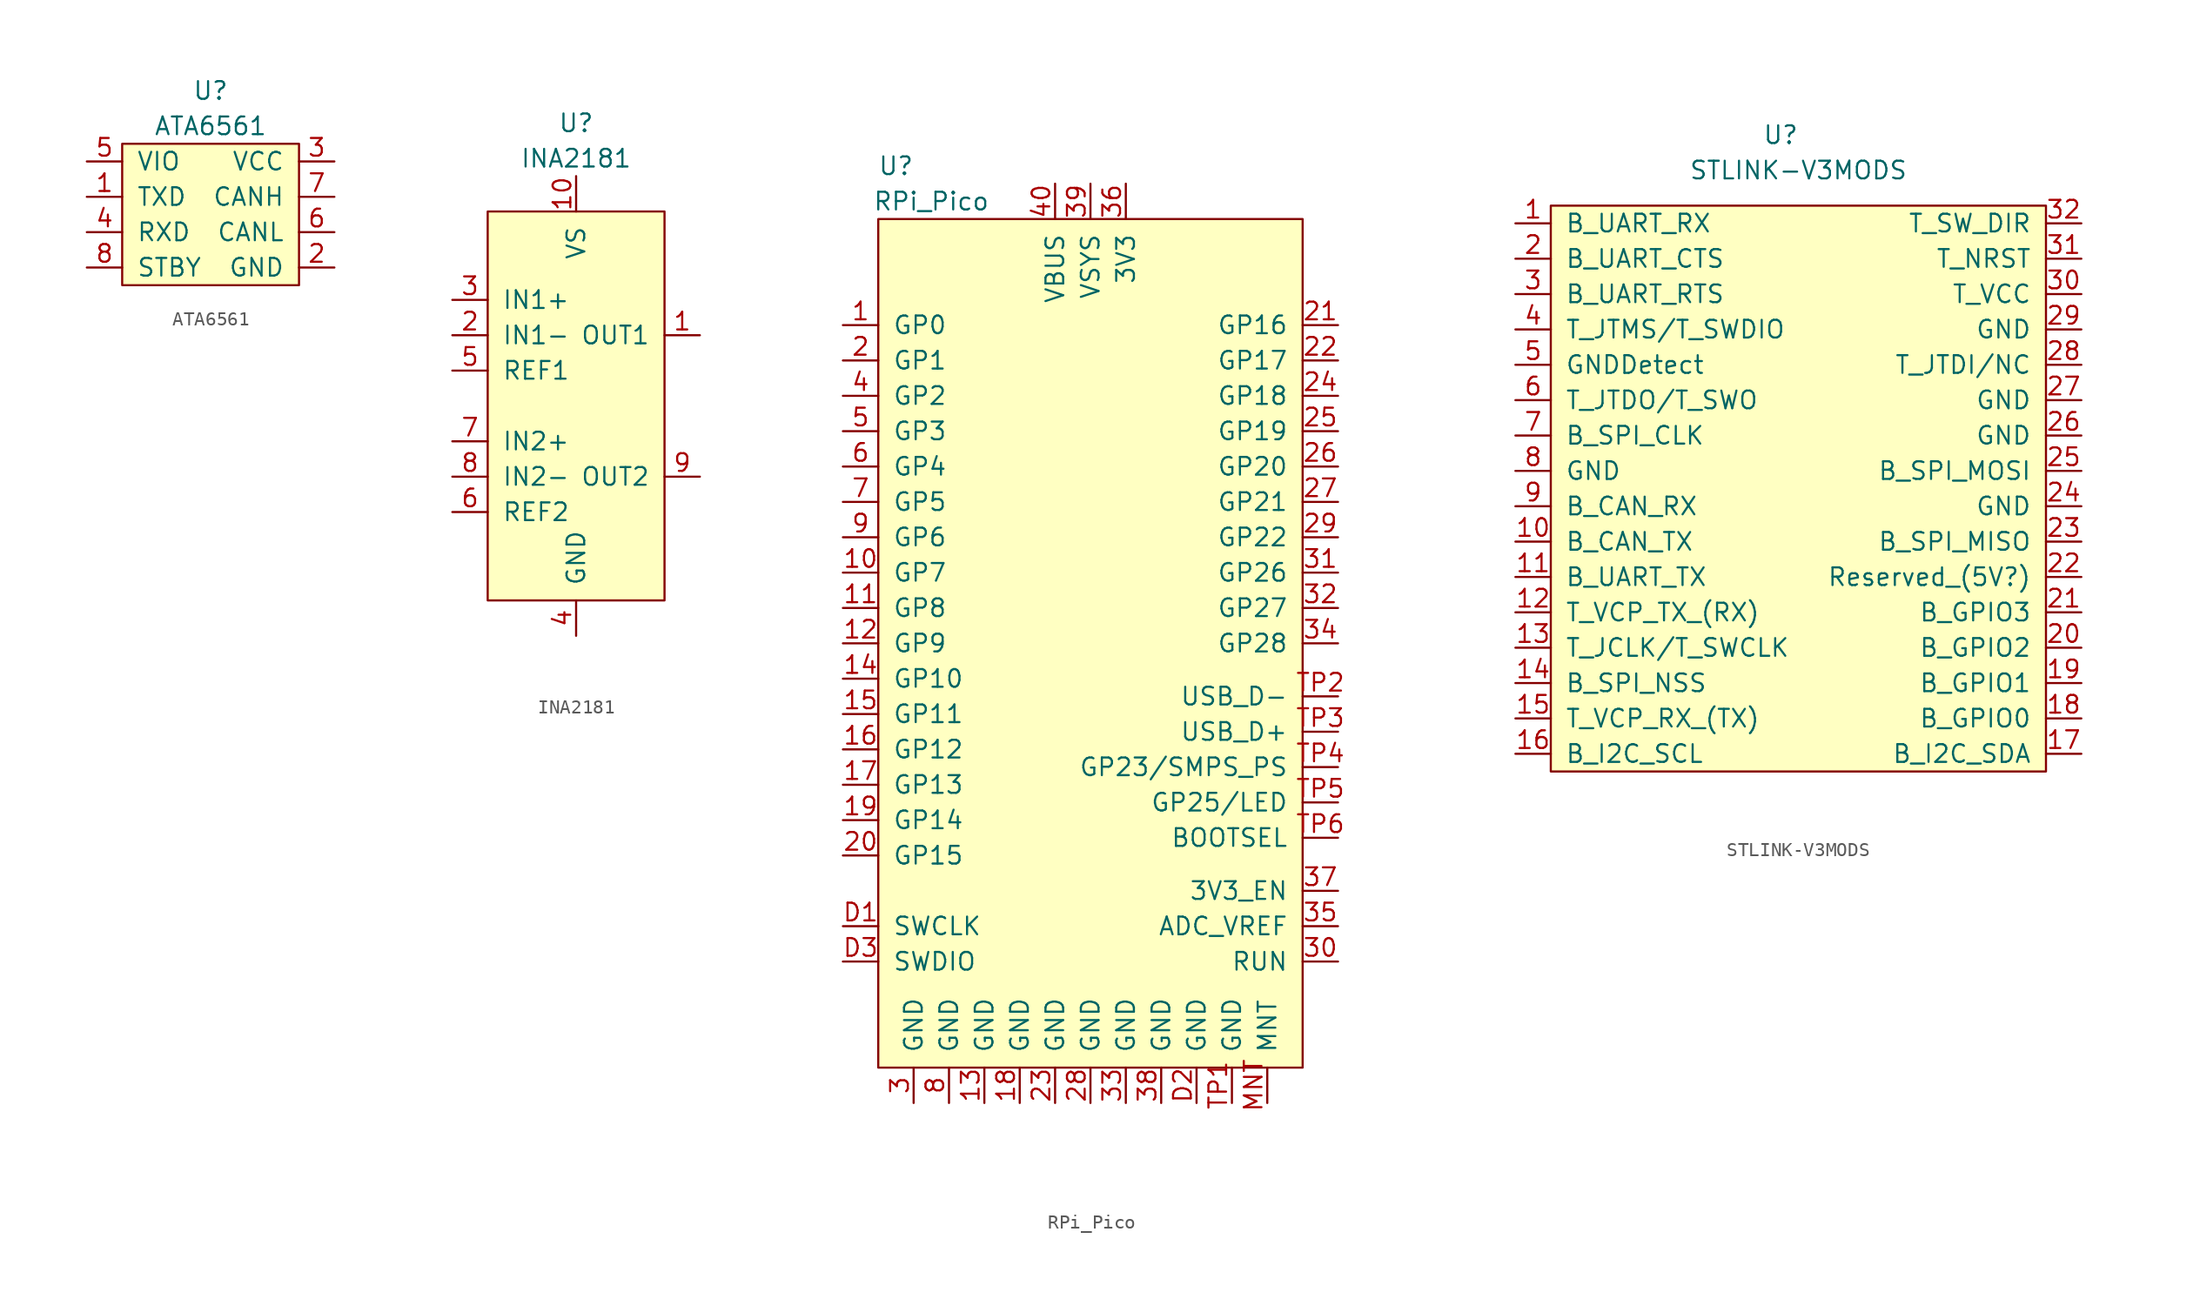
<source format=kicad_sym>
(kicad_symbol_lib
  (version 20211014)
  (generator kicad_symbol_editor)
  (symbol "ATA6561"
    (pin_names
      (offset 1.016))
    (property "Reference" "U"
      (at 0 8.89 0)
      (effects (font (size 1.27 1.27))))
    (property "Value" "ATA6561"
      (at 0 6.35 0)
      (effects (font (size 1.27 1.27))))
    (symbol "ATA6561_0_1"
      (rectangle (start -6.35 5.08) (end 6.35 -5.08) (stroke (width 0) (type default) (color 0 0 0 0)) (fill (type background))))
    (symbol "ATA6561_1_1"
      (pin bidirectional line (at -8.89 1.27 0) (length 2.54) (name "TXD" (effects (font (size 1.27 1.27)))) (number "1" (effects (font (size 1.27 1.27)))))
      (pin power_in line (at 8.89 -3.81 180) (length 2.54) (name "GND" (effects (font (size 1.27 1.27)))) (number "2" (effects (font (size 1.27 1.27)))))
      (pin power_in line (at 8.89 3.81 180) (length 2.54) (name "VCC" (effects (font (size 1.27 1.27)))) (number "3" (effects (font (size 1.27 1.27)))))
      (pin bidirectional line (at -8.89 -1.27 0) (length 2.54) (name "RXD" (effects (font (size 1.27 1.27)))) (number "4" (effects (font (size 1.27 1.27)))))
      (pin power_in line (at -8.89 3.81 0) (length 2.54) (name "VIO" (effects (font (size 1.27 1.27)))) (number "5" (effects (font (size 1.27 1.27)))))
      (pin bidirectional line (at 8.89 -1.27 180) (length 2.54) (name "CANL" (effects (font (size 1.27 1.27)))) (number "6" (effects (font (size 1.27 1.27)))))
      (pin bidirectional line (at 8.89 1.27 180) (length 2.54) (name "CANH" (effects (font (size 1.27 1.27)))) (number "7" (effects (font (size 1.27 1.27)))))
      (pin input line (at -8.89 -3.81 0) (length 2.54) (name "STBY" (effects (font (size 1.27 1.27)))) (number "8" (effects (font (size 1.27 1.27)))))))
  (symbol "INA2181"
    (pin_names
      (offset 1.016))
    (property "Reference" "U"
      (at 0 20.32 0)
      (effects (font (size 1.27 1.27))))
    (property "Value" "INA2181"
      (at 0 17.78 0)
      (effects (font (size 1.27 1.27))))
    (symbol "INA2181_0_1"
      (rectangle (start -6.35 13.97) (end 6.35 -13.97) (stroke (width 0) (type default) (color 0 0 0 0)) (fill (type background))))
    (symbol "INA2181_1_1"
      (pin output line (at 8.89 5.08 180) (length 2.54) (name "OUT1" (effects (font (size 1.27 1.27)))) (number "1" (effects (font (size 1.27 1.27)))))
      (pin power_in line (at 0 16.51 270) (length 2.54) (name "VS" (effects (font (size 1.27 1.27)))) (number "10" (effects (font (size 1.27 1.27)))))
      (pin input line (at -8.89 5.08 0) (length 2.54) (name "IN1-" (effects (font (size 1.27 1.27)))) (number "2" (effects (font (size 1.27 1.27)))))
      (pin input line (at -8.89 7.62 0) (length 2.54) (name "IN1+" (effects (font (size 1.27 1.27)))) (number "3" (effects (font (size 1.27 1.27)))))
      (pin power_in line (at 0 -16.51 90) (length 2.54) (name "GND" (effects (font (size 1.27 1.27)))) (number "4" (effects (font (size 1.27 1.27)))))
      (pin input line (at -8.89 2.54 0) (length 2.54) (name "REF1" (effects (font (size 1.27 1.27)))) (number "5" (effects (font (size 1.27 1.27)))))
      (pin input line (at -8.89 -7.62 0) (length 2.54) (name "REF2" (effects (font (size 1.27 1.27)))) (number "6" (effects (font (size 1.27 1.27)))))
      (pin input line (at -8.89 -2.54 0) (length 2.54) (name "IN2+" (effects (font (size 1.27 1.27)))) (number "7" (effects (font (size 1.27 1.27)))))
      (pin input line (at -8.89 -5.08 0) (length 2.54) (name "IN2-" (effects (font (size 1.27 1.27)))) (number "8" (effects (font (size 1.27 1.27)))))
      (pin output line (at 8.89 -5.08 180) (length 2.54) (name "OUT2" (effects (font (size 1.27 1.27)))) (number "9" (effects (font (size 1.27 1.27)))))))
  (symbol "RPi_Pico"
    (pin_names
      (offset 1.016))
    (property "Reference" "U"
      (at -13.97 34.29 0)
      (effects (font (size 1.27 1.27))))
    (property "Value" "RPi_Pico"
      (at -11.43 31.75 0)
      (effects (font (size 1.27 1.27))))
    (symbol "RPi_Pico_0_1"
      (rectangle (start -15.24 -30.48) (end 15.24 30.48) (stroke (width 0) (type default) (color 0 0 0 0)) (fill (type background))))
    (symbol "RPi_Pico_1_1"
      (pin bidirectional line (at -17.78 22.86 0) (length 2.54) (name "GP0" (effects (font (size 1.27 1.27)))) (number "1" (effects (font (size 1.27 1.27)))))
      (pin bidirectional line (at -17.78 5.08 0) (length 2.54) (name "GP7" (effects (font (size 1.27 1.27)))) (number "10" (effects (font (size 1.27 1.27)))))
      (pin bidirectional line (at -17.78 2.54 0) (length 2.54) (name "GP8" (effects (font (size 1.27 1.27)))) (number "11" (effects (font (size 1.27 1.27)))))
      (pin bidirectional line (at -17.78 0 0) (length 2.54) (name "GP9" (effects (font (size 1.27 1.27)))) (number "12" (effects (font (size 1.27 1.27)))))
      (pin power_in line (at -7.62 -33.02 90) (length 2.54) (name "GND" (effects (font (size 1.27 1.27)))) (number "13" (effects (font (size 1.27 1.27)))))
      (pin bidirectional line (at -17.78 -2.54 0) (length 2.54) (name "GP10" (effects (font (size 1.27 1.27)))) (number "14" (effects (font (size 1.27 1.27)))))
      (pin bidirectional line (at -17.78 -5.08 0) (length 2.54) (name "GP11" (effects (font (size 1.27 1.27)))) (number "15" (effects (font (size 1.27 1.27)))))
      (pin bidirectional line (at -17.78 -7.62 0) (length 2.54) (name "GP12" (effects (font (size 1.27 1.27)))) (number "16" (effects (font (size 1.27 1.27)))))
      (pin bidirectional line (at -17.78 -10.16 0) (length 2.54) (name "GP13" (effects (font (size 1.27 1.27)))) (number "17" (effects (font (size 1.27 1.27)))))
      (pin power_in line (at -5.08 -33.02 90) (length 2.54) (name "GND" (effects (font (size 1.27 1.27)))) (number "18" (effects (font (size 1.27 1.27)))))
      (pin bidirectional line (at -17.78 -12.7 0) (length 2.54) (name "GP14" (effects (font (size 1.27 1.27)))) (number "19" (effects (font (size 1.27 1.27)))))
      (pin bidirectional line (at -17.78 20.32 0) (length 2.54) (name "GP1" (effects (font (size 1.27 1.27)))) (number "2" (effects (font (size 1.27 1.27)))))
      (pin bidirectional line (at -17.78 -15.24 0) (length 2.54) (name "GP15" (effects (font (size 1.27 1.27)))) (number "20" (effects (font (size 1.27 1.27)))))
      (pin bidirectional line (at 17.78 22.86 180) (length 2.54) (name "GP16" (effects (font (size 1.27 1.27)))) (number "21" (effects (font (size 1.27 1.27)))))
      (pin bidirectional line (at 17.78 20.32 180) (length 2.54) (name "GP17" (effects (font (size 1.27 1.27)))) (number "22" (effects (font (size 1.27 1.27)))))
      (pin power_in line (at -2.54 -33.02 90) (length 2.54) (name "GND" (effects (font (size 1.27 1.27)))) (number "23" (effects (font (size 1.27 1.27)))))
      (pin bidirectional line (at 17.78 17.78 180) (length 2.54) (name "GP18" (effects (font (size 1.27 1.27)))) (number "24" (effects (font (size 1.27 1.27)))))
      (pin bidirectional line (at 17.78 15.24 180) (length 2.54) (name "GP19" (effects (font (size 1.27 1.27)))) (number "25" (effects (font (size 1.27 1.27)))))
      (pin bidirectional line (at 17.78 12.7 180) (length 2.54) (name "GP20" (effects (font (size 1.27 1.27)))) (number "26" (effects (font (size 1.27 1.27)))))
      (pin bidirectional line (at 17.78 10.16 180) (length 2.54) (name "GP21" (effects (font (size 1.27 1.27)))) (number "27" (effects (font (size 1.27 1.27)))))
      (pin power_in line (at 0 -33.02 90) (length 2.54) (name "GND" (effects (font (size 1.27 1.27)))) (number "28" (effects (font (size 1.27 1.27)))))
      (pin bidirectional line (at 17.78 7.62 180) (length 2.54) (name "GP22" (effects (font (size 1.27 1.27)))) (number "29" (effects (font (size 1.27 1.27)))))
      (pin power_in line (at -12.7 -33.02 90) (length 2.54) (name "GND" (effects (font (size 1.27 1.27)))) (number "3" (effects (font (size 1.27 1.27)))))
      (pin input line (at 17.78 -22.86 180) (length 2.54) (name "RUN" (effects (font (size 1.27 1.27)))) (number "30" (effects (font (size 1.27 1.27)))))
      (pin bidirectional line (at 17.78 5.08 180) (length 2.54) (name "GP26" (effects (font (size 1.27 1.27)))) (number "31" (effects (font (size 1.27 1.27)))))
      (pin bidirectional line (at 17.78 2.54 180) (length 2.54) (name "GP27" (effects (font (size 1.27 1.27)))) (number "32" (effects (font (size 1.27 1.27)))))
      (pin power_in line (at 2.54 -33.02 90) (length 2.54) (name "GND" (effects (font (size 1.27 1.27)))) (number "33" (effects (font (size 1.27 1.27)))))
      (pin bidirectional line (at 17.78 0 180) (length 2.54) (name "GP28" (effects (font (size 1.27 1.27)))) (number "34" (effects (font (size 1.27 1.27)))))
      (pin input line (at 17.78 -20.32 180) (length 2.54) (name "ADC_VREF" (effects (font (size 1.27 1.27)))) (number "35" (effects (font (size 1.27 1.27)))))
      (pin power_out line (at 2.54 33.02 270) (length 2.54) (name "3V3" (effects (font (size 1.27 1.27)))) (number "36" (effects (font (size 1.27 1.27)))))
      (pin input line (at 17.78 -17.78 180) (length 2.54) (name "3V3_EN" (effects (font (size 1.27 1.27)))) (number "37" (effects (font (size 1.27 1.27)))))
      (pin power_in line (at 5.08 -33.02 90) (length 2.54) (name "GND" (effects (font (size 1.27 1.27)))) (number "38" (effects (font (size 1.27 1.27)))))
      (pin power_in line (at 0 33.02 270) (length 2.54) (name "VSYS" (effects (font (size 1.27 1.27)))) (number "39" (effects (font (size 1.27 1.27)))))
      (pin bidirectional line (at -17.78 17.78 0) (length 2.54) (name "GP2" (effects (font (size 1.27 1.27)))) (number "4" (effects (font (size 1.27 1.27)))))
      (pin power_in line (at -2.54 33.02 270) (length 2.54) (name "VBUS" (effects (font (size 1.27 1.27)))) (number "40" (effects (font (size 1.27 1.27)))))
      (pin bidirectional line (at -17.78 15.24 0) (length 2.54) (name "GP3" (effects (font (size 1.27 1.27)))) (number "5" (effects (font (size 1.27 1.27)))))
      (pin bidirectional line (at -17.78 12.7 0) (length 2.54) (name "GP4" (effects (font (size 1.27 1.27)))) (number "6" (effects (font (size 1.27 1.27)))))
      (pin bidirectional line (at -17.78 10.16 0) (length 2.54) (name "GP5" (effects (font (size 1.27 1.27)))) (number "7" (effects (font (size 1.27 1.27)))))
      (pin power_in line (at -10.16 -33.02 90) (length 2.54) (name "GND" (effects (font (size 1.27 1.27)))) (number "8" (effects (font (size 1.27 1.27)))))
      (pin bidirectional line (at -17.78 7.62 0) (length 2.54) (name "GP6" (effects (font (size 1.27 1.27)))) (number "9" (effects (font (size 1.27 1.27)))))
      (pin input line (at -17.78 -20.32 0) (length 2.54) (name "SWCLK" (effects (font (size 1.27 1.27)))) (number "D1" (effects (font (size 1.27 1.27)))))
      (pin power_in line (at 7.62 -33.02 90) (length 2.54) (name "GND" (effects (font (size 1.27 1.27)))) (number "D2" (effects (font (size 1.27 1.27)))))
      (pin bidirectional line (at -17.78 -22.86 0) (length 2.54) (name "SWDIO" (effects (font (size 1.27 1.27)))) (number "D3" (effects (font (size 1.27 1.27)))))
      (pin input line (at 12.7 -33.02 90) (length 2.54) (name "MNT" (effects (font (size 1.27 1.27)))) (number "MNT" (effects (font (size 1.27 1.27)))))
      (pin power_in line (at 10.16 -33.02 90) (length 2.54) (name "GND" (effects (font (size 1.27 1.27)))) (number "TP1" (effects (font (size 1.27 1.27)))))
      (pin bidirectional line (at 17.78 -3.81 180) (length 2.54) (name "USB_D-" (effects (font (size 1.27 1.27)))) (number "TP2" (effects (font (size 1.27 1.27)))))
      (pin bidirectional line (at 17.78 -6.35 180) (length 2.54) (name "USB_D+" (effects (font (size 1.27 1.27)))) (number "TP3" (effects (font (size 1.27 1.27)))))
      (pin bidirectional line (at 17.78 -8.89 180) (length 2.54) (name "GP23/SMPS_PS" (effects (font (size 1.27 1.27)))) (number "TP4" (effects (font (size 1.27 1.27)))))
      (pin bidirectional line (at 17.78 -11.43 180) (length 2.54) (name "GP25/LED" (effects (font (size 1.27 1.27)))) (number "TP5" (effects (font (size 1.27 1.27)))))
      (pin input line (at 17.78 -13.97 180) (length 2.54) (name "BOOTSEL" (effects (font (size 1.27 1.27)))) (number "TP6" (effects (font (size 1.27 1.27)))))))
  (symbol "STLINK-V3MODS"
    (pin_names
      (offset 1.016))
    (property "Reference" "U"
      (at -1.27 25.4 0)
      (effects (font (size 1.27 1.27))))
    (property "Value" "STLINK-V3MODS"
      (at 0 22.86 0)
      (effects (font (size 1.27 1.27))))
    (symbol "STLINK-V3MODS_0_1"
      (rectangle (start -17.78 20.32) (end 17.78 -20.32) (stroke (width 0) (type default) (color 0 0 0 0)) (fill (type background))))
    (symbol "STLINK-V3MODS_1_1"
      (pin input line (at -20.32 19.05 0) (length 2.54) (name "B_UART_RX" (effects (font (size 1.27 1.27)))) (number "1" (effects (font (size 1.27 1.27)))))
      (pin output line (at -20.32 -3.81 0) (length 2.54) (name "B_CAN_TX" (effects (font (size 1.27 1.27)))) (number "10" (effects (font (size 1.27 1.27)))))
      (pin output line (at -20.32 -6.35 0) (length 2.54) (name "B_UART_TX" (effects (font (size 1.27 1.27)))) (number "11" (effects (font (size 1.27 1.27)))))
      (pin input line (at -20.32 -8.89 0) (length 2.54) (name "T_VCP_TX_(RX)" (effects (font (size 1.27 1.27)))) (number "12" (effects (font (size 1.27 1.27)))))
      (pin output line (at -20.32 -11.43 0) (length 2.54) (name "T_JCLK/T_SWCLK" (effects (font (size 1.27 1.27)))) (number "13" (effects (font (size 1.27 1.27)))))
      (pin bidirectional line (at -20.32 -13.97 0) (length 2.54) (name "B_SPI_NSS" (effects (font (size 1.27 1.27)))) (number "14" (effects (font (size 1.27 1.27)))))
      (pin output line (at -20.32 -16.51 0) (length 2.54) (name "T_VCP_RX_(TX)" (effects (font (size 1.27 1.27)))) (number "15" (effects (font (size 1.27 1.27)))))
      (pin output line (at -20.32 -19.05 0) (length 2.54) (name "B_I2C_SCL" (effects (font (size 1.27 1.27)))) (number "16" (effects (font (size 1.27 1.27)))))
      (pin bidirectional line (at 20.32 -19.05 180) (length 2.54) (name "B_I2C_SDA" (effects (font (size 1.27 1.27)))) (number "17" (effects (font (size 1.27 1.27)))))
      (pin bidirectional line (at 20.32 -16.51 180) (length 2.54) (name "B_GPIO0" (effects (font (size 1.27 1.27)))) (number "18" (effects (font (size 1.27 1.27)))))
      (pin bidirectional line (at 20.32 -13.97 180) (length 2.54) (name "B_GPIO1" (effects (font (size 1.27 1.27)))) (number "19" (effects (font (size 1.27 1.27)))))
      (pin input line (at -20.32 16.51 0) (length 2.54) (name "B_UART_CTS" (effects (font (size 1.27 1.27)))) (number "2" (effects (font (size 1.27 1.27)))))
      (pin bidirectional line (at 20.32 -11.43 180) (length 2.54) (name "B_GPIO2" (effects (font (size 1.27 1.27)))) (number "20" (effects (font (size 1.27 1.27)))))
      (pin bidirectional line (at 20.32 -8.89 180) (length 2.54) (name "B_GPIO3" (effects (font (size 1.27 1.27)))) (number "21" (effects (font (size 1.27 1.27)))))
      (pin passive line (at 20.32 -6.35 180) (length 2.54) (name "Reserved_(5V?)" (effects (font (size 1.27 1.27)))) (number "22" (effects (font (size 1.27 1.27)))))
      (pin bidirectional line (at 20.32 -3.81 180) (length 2.54) (name "B_SPI_MISO" (effects (font (size 1.27 1.27)))) (number "23" (effects (font (size 1.27 1.27)))))
      (pin power_in line (at 20.32 -1.27 180) (length 2.54) (name "GND" (effects (font (size 1.27 1.27)))) (number "24" (effects (font (size 1.27 1.27)))))
      (pin bidirectional line (at 20.32 1.27 180) (length 2.54) (name "B_SPI_MOSI" (effects (font (size 1.27 1.27)))) (number "25" (effects (font (size 1.27 1.27)))))
      (pin power_in line (at 20.32 3.81 180) (length 2.54) (name "GND" (effects (font (size 1.27 1.27)))) (number "26" (effects (font (size 1.27 1.27)))))
      (pin power_in line (at 20.32 6.35 180) (length 2.54) (name "GND" (effects (font (size 1.27 1.27)))) (number "27" (effects (font (size 1.27 1.27)))))
      (pin output line (at 20.32 8.89 180) (length 2.54) (name "T_JTDI/NC" (effects (font (size 1.27 1.27)))) (number "28" (effects (font (size 1.27 1.27)))))
      (pin power_in line (at 20.32 11.43 180) (length 2.54) (name "GND" (effects (font (size 1.27 1.27)))) (number "29" (effects (font (size 1.27 1.27)))))
      (pin output line (at -20.32 13.97 0) (length 2.54) (name "B_UART_RTS" (effects (font (size 1.27 1.27)))) (number "3" (effects (font (size 1.27 1.27)))))
      (pin input line (at 20.32 13.97 180) (length 2.54) (name "T_VCC" (effects (font (size 1.27 1.27)))) (number "30" (effects (font (size 1.27 1.27)))))
      (pin output line (at 20.32 16.51 180) (length 2.54) (name "T_NRST" (effects (font (size 1.27 1.27)))) (number "31" (effects (font (size 1.27 1.27)))))
      (pin output line (at 20.32 19.05 180) (length 2.54) (name "T_SW_DIR" (effects (font (size 1.27 1.27)))) (number "32" (effects (font (size 1.27 1.27)))))
      (pin output line (at -20.32 11.43 0) (length 2.54) (name "T_JTMS/T_SWDIO" (effects (font (size 1.27 1.27)))) (number "4" (effects (font (size 1.27 1.27)))))
      (pin input line (at -20.32 8.89 0) (length 2.54) (name "GNDDetect" (effects (font (size 1.27 1.27)))) (number "5" (effects (font (size 1.27 1.27)))))
      (pin input line (at -20.32 6.35 0) (length 2.54) (name "T_JTDO/T_SWO" (effects (font (size 1.27 1.27)))) (number "6" (effects (font (size 1.27 1.27)))))
      (pin bidirectional line (at -20.32 3.81 0) (length 2.54) (name "B_SPI_CLK" (effects (font (size 1.27 1.27)))) (number "7" (effects (font (size 1.27 1.27)))))
      (pin power_in line (at -20.32 1.27 0) (length 2.54) (name "GND" (effects (font (size 1.27 1.27)))) (number "8" (effects (font (size 1.27 1.27)))))
      (pin input line (at -20.32 -1.27 0) (length 2.54) (name "B_CAN_RX" (effects (font (size 1.27 1.27)))) (number "9" (effects (font (size 1.27 1.27))))))))
</source>
